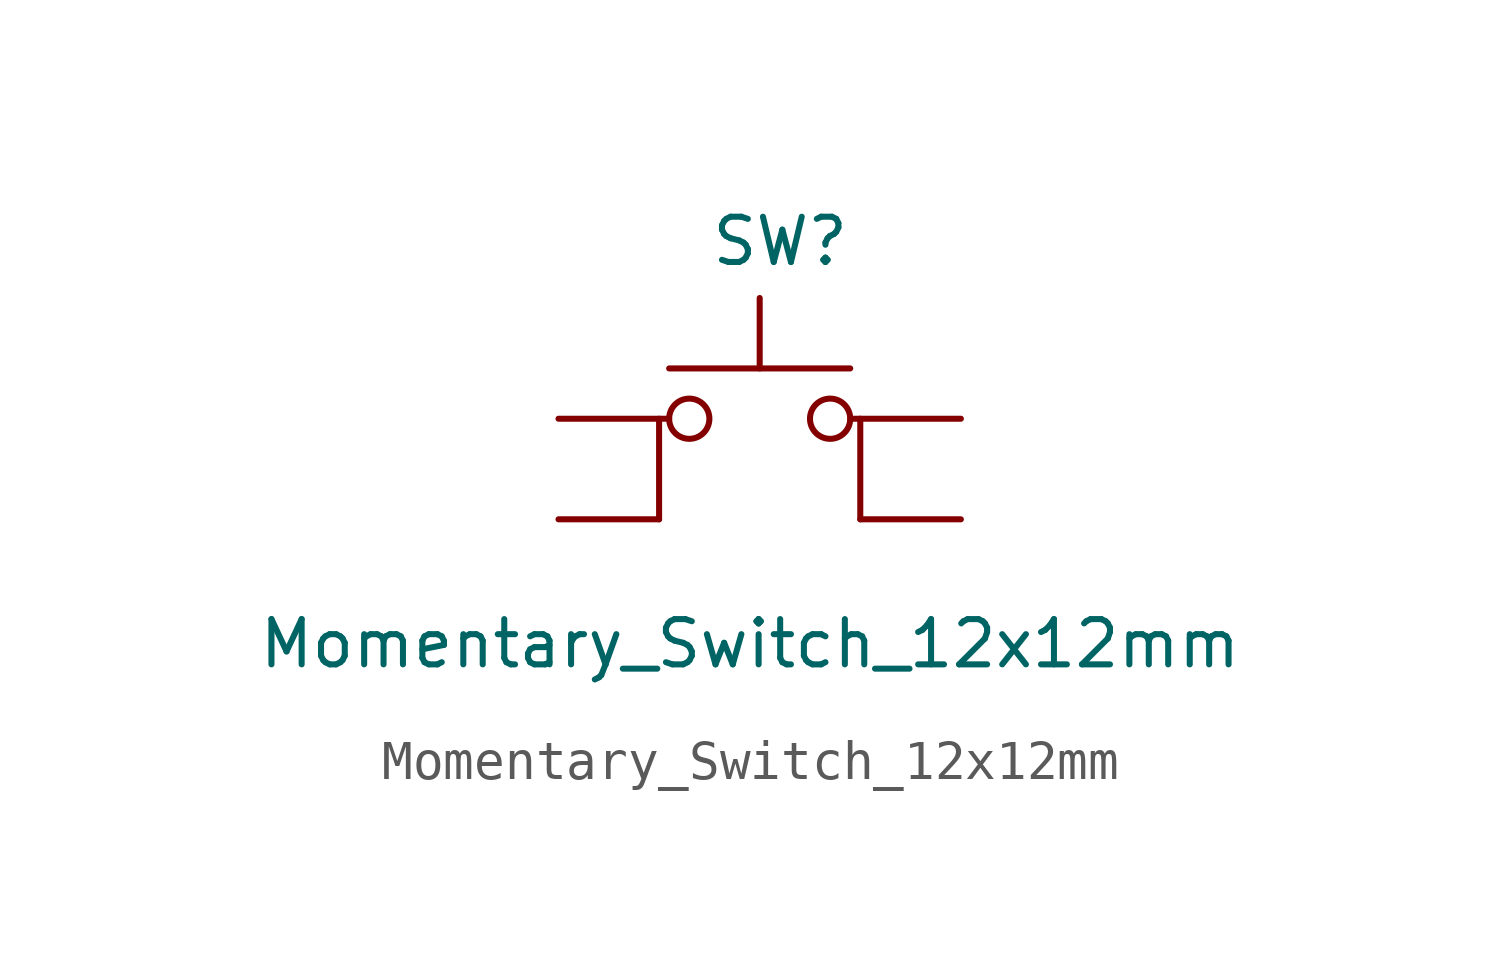
<source format=kicad_sym>
(kicad_symbol_lib
  (version 20231120)
  (generator "kicad_symbol_editor")
  (generator_version "8.0")
  (symbol "Momentary_Switch_12x12mm"
    (pin_numbers hide)
    (pin_names
      (offset 1.016) hide)
    (property "Reference" "SW"
      (at -1.27 3.81 0)
      (effects (font (size 1.143 1.143)) (justify left bottom)))
    (property "Value" "Momentary_Switch_12x12mm"
      (at -12.7 -6.35 0)
      (effects (font (size 1.143 1.143)) (justify left bottom)))
    (property "Description" ""
      (at 0 3.81 0)
      (effects (font (size 1.524 1.524))))
    (symbol "Momentary_Switch_12x12mm_0_1"
      (circle (center -1.778 0) (radius 0.508) (stroke (width 0) (type default)) (fill (type none)))
      (polyline (pts (xy -2.286 1.27) (xy 2.286 1.27)) (stroke (width 0) (type default)) (fill (type none)))
      (polyline (pts (xy 0 1.27) (xy 0 3.048)) (stroke (width 0) (type default)) (fill (type none)))
      (polyline (pts (xy -2.54 -2.54) (xy -2.54 0) (xy -2.286 0)) (stroke (width 0) (type default)) (fill (type none)))
      (polyline (pts (xy 2.54 -2.54) (xy 2.54 0) (xy 2.286 0)) (stroke (width 0) (type default)) (fill (type none)))
      (circle (center 1.778 0) (radius 0.508) (stroke (width 0) (type default)) (fill (type none)))
      (pin passive line (at -5.08 0 0) (length 2.54) (name "1" (effects (font (size 1.27 1.27)))) (number "1" (effects (font (size 1.27 1.27)))))
      (pin passive line (at -5.08 -2.54 0) (length 2.54) (name "2" (effects (font (size 1.27 1.27)))) (number "2" (effects (font (size 1.27 1.27)))))
      (pin passive line (at 5.08 -2.54 180) (length 2.54) (name "K" (effects (font (size 1.27 1.27)))) (number "3" (effects (font (size 1.27 1.27)))))
      (pin passive line (at 5.08 0 180) (length 2.54) (name "A" (effects (font (size 1.27 1.27)))) (number "4" (effects (font (size 1.27 1.27))))))))
</source>
